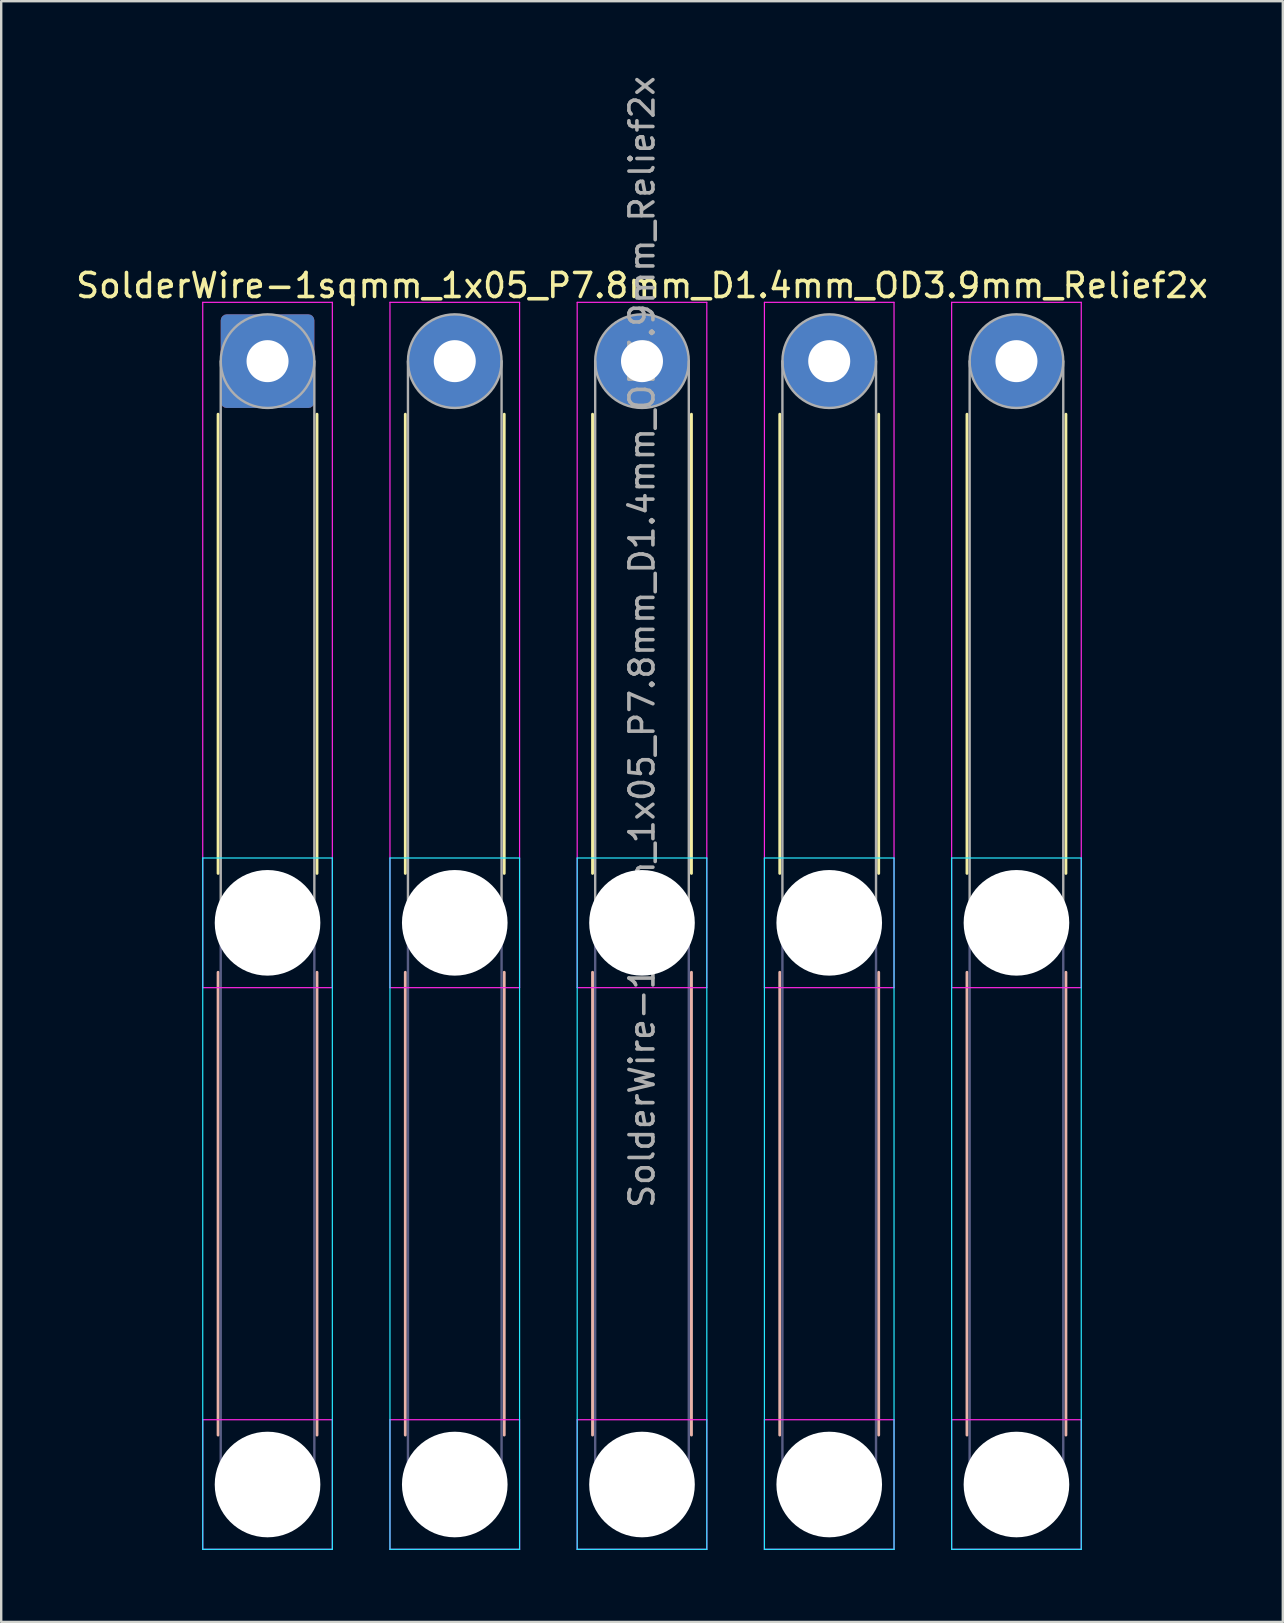
<source format=kicad_pcb>
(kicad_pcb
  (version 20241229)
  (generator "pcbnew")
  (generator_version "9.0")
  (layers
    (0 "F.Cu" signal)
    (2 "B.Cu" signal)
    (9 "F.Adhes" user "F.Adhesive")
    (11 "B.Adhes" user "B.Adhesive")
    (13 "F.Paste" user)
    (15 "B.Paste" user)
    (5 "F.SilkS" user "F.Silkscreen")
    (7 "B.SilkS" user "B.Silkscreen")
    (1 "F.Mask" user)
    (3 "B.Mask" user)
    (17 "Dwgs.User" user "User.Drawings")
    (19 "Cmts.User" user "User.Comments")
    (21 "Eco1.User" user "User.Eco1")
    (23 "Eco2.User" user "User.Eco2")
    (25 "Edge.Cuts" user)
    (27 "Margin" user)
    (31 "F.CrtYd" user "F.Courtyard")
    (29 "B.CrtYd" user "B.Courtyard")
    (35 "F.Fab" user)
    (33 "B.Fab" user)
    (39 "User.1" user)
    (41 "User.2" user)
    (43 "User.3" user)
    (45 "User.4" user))
  (footprint "SolderWire-1sqmm_1x05_P7.8mm_D1.4mm_OD3.9mm_Relief2x"
    (layer "F.Cu")
    (at 8.096 11.996)
    (property "Reference" "SolderWire-1sqmm_1x05_P7.8mm_D1.4mm_OD3.9mm_Relief2x" (at 15.6 -3.15 0) (layer "F.SilkS") (effects (font (size 1 1) (thickness 0.15))))
    (attr exclude_from_pos_files exclude_from_bom)
    (fp_line (start -2.06 2.21) (end -2.06 21.34) (stroke (width 0.12) (type solid)) (layer "F.SilkS"))
    (fp_line (start 2.06 2.21) (end 2.06 21.34) (stroke (width 0.12) (type solid)) (layer "F.SilkS"))
    (fp_line (start 5.74 2.21) (end 5.74 21.34) (stroke (width 0.12) (type solid)) (layer "F.SilkS"))
    (fp_line (start 9.86 2.21) (end 9.86 21.34) (stroke (width 0.12) (type solid)) (layer "F.SilkS"))
    (fp_line (start 13.54 2.21) (end 13.54 21.34) (stroke (width 0.12) (type solid)) (layer "F.SilkS"))
    (fp_line (start 17.66 2.21) (end 17.66 21.34) (stroke (width 0.12) (type solid)) (layer "F.SilkS"))
    (fp_line (start 21.34 2.21) (end 21.34 21.34) (stroke (width 0.12) (type solid)) (layer "F.SilkS"))
    (fp_line (start 25.46 2.21) (end 25.46 21.34) (stroke (width 0.12) (type solid)) (layer "F.SilkS"))
    (fp_line (start 29.14 2.21) (end 29.14 21.34) (stroke (width 0.12) (type solid)) (layer "F.SilkS"))
    (fp_line (start 33.26 2.21) (end 33.26 21.34) (stroke (width 0.12) (type solid)) (layer "F.SilkS"))
    (fp_line (start -2.06 25.46) (end -2.06 44.74) (stroke (width 0.12) (type solid)) (layer "B.SilkS"))
    (fp_line (start 2.06 25.46) (end 2.06 44.74) (stroke (width 0.12) (type solid)) (layer "B.SilkS"))
    (fp_line (start 5.74 25.46) (end 5.74 44.74) (stroke (width 0.12) (type solid)) (layer "B.SilkS"))
    (fp_line (start 9.86 25.46) (end 9.86 44.74) (stroke (width 0.12) (type solid)) (layer "B.SilkS"))
    (fp_line (start 13.54 25.46) (end 13.54 44.74) (stroke (width 0.12) (type solid)) (layer "B.SilkS"))
    (fp_line (start 17.66 25.46) (end 17.66 44.74) (stroke (width 0.12) (type solid)) (layer "B.SilkS"))
    (fp_line (start 21.34 25.46) (end 21.34 44.74) (stroke (width 0.12) (type solid)) (layer "B.SilkS"))
    (fp_line (start 25.46 25.46) (end 25.46 44.74) (stroke (width 0.12) (type solid)) (layer "B.SilkS"))
    (fp_line (start 29.14 25.46) (end 29.14 44.74) (stroke (width 0.12) (type solid)) (layer "B.SilkS"))
    (fp_line (start 33.26 25.46) (end 33.26 44.74) (stroke (width 0.12) (type solid)) (layer "B.SilkS"))
    (fp_line (start -2.7 20.7) (end -2.7 49.5) (stroke (width 0.05) (type solid)) (layer "B.CrtYd"))
    (fp_line (start -2.7 49.5) (end 2.7 49.5) (stroke (width 0.05) (type solid)) (layer "B.CrtYd"))
    (fp_line (start 2.7 20.7) (end -2.7 20.7) (stroke (width 0.05) (type solid)) (layer "B.CrtYd"))
    (fp_line (start 2.7 49.5) (end 2.7 20.7) (stroke (width 0.05) (type solid)) (layer "B.CrtYd"))
    (fp_line (start 5.1 20.7) (end 5.1 49.5) (stroke (width 0.05) (type solid)) (layer "B.CrtYd"))
    (fp_line (start 5.1 49.5) (end 10.5 49.5) (stroke (width 0.05) (type solid)) (layer "B.CrtYd"))
    (fp_line (start 10.5 20.7) (end 5.1 20.7) (stroke (width 0.05) (type solid)) (layer "B.CrtYd"))
    (fp_line (start 10.5 49.5) (end 10.5 20.7) (stroke (width 0.05) (type solid)) (layer "B.CrtYd"))
    (fp_line (start 12.9 20.7) (end 12.9 49.5) (stroke (width 0.05) (type solid)) (layer "B.CrtYd"))
    (fp_line (start 12.9 49.5) (end 18.3 49.5) (stroke (width 0.05) (type solid)) (layer "B.CrtYd"))
    (fp_line (start 18.3 20.7) (end 12.9 20.7) (stroke (width 0.05) (type solid)) (layer "B.CrtYd"))
    (fp_line (start 18.3 49.5) (end 18.3 20.7) (stroke (width 0.05) (type solid)) (layer "B.CrtYd"))
    (fp_line (start 20.7 20.7) (end 20.7 49.5) (stroke (width 0.05) (type solid)) (layer "B.CrtYd"))
    (fp_line (start 20.7 49.5) (end 26.1 49.5) (stroke (width 0.05) (type solid)) (layer "B.CrtYd"))
    (fp_line (start 26.1 20.7) (end 20.7 20.7) (stroke (width 0.05) (type solid)) (layer "B.CrtYd"))
    (fp_line (start 26.1 49.5) (end 26.1 20.7) (stroke (width 0.05) (type solid)) (layer "B.CrtYd"))
    (fp_line (start 28.5 20.7) (end 28.5 49.5) (stroke (width 0.05) (type solid)) (layer "B.CrtYd"))
    (fp_line (start 28.5 49.5) (end 33.9 49.5) (stroke (width 0.05) (type solid)) (layer "B.CrtYd"))
    (fp_line (start 33.9 20.7) (end 28.5 20.7) (stroke (width 0.05) (type solid)) (layer "B.CrtYd"))
    (fp_line (start 33.9 49.5) (end 33.9 20.7) (stroke (width 0.05) (type solid)) (layer "B.CrtYd"))
    (fp_line (start -2.7 -2.45) (end -2.7 26.1) (stroke (width 0.05) (type solid)) (layer "F.CrtYd"))
    (fp_line (start -2.7 26.1) (end 2.7 26.1) (stroke (width 0.05) (type solid)) (layer "F.CrtYd"))
    (fp_line (start -2.7 44.1) (end -2.7 49.5) (stroke (width 0.05) (type solid)) (layer "F.CrtYd"))
    (fp_line (start -2.7 49.5) (end 2.7 49.5) (stroke (width 0.05) (type solid)) (layer "F.CrtYd"))
    (fp_line (start 2.7 -2.45) (end -2.7 -2.45) (stroke (width 0.05) (type solid)) (layer "F.CrtYd"))
    (fp_line (start 2.7 26.1) (end 2.7 -2.45) (stroke (width 0.05) (type solid)) (layer "F.CrtYd"))
    (fp_line (start 2.7 44.1) (end -2.7 44.1) (stroke (width 0.05) (type solid)) (layer "F.CrtYd"))
    (fp_line (start 2.7 49.5) (end 2.7 44.1) (stroke (width 0.05) (type solid)) (layer "F.CrtYd"))
    (fp_line (start 5.1 -2.45) (end 5.1 26.1) (stroke (width 0.05) (type solid)) (layer "F.CrtYd"))
    (fp_line (start 5.1 26.1) (end 10.5 26.1) (stroke (width 0.05) (type solid)) (layer "F.CrtYd"))
    (fp_line (start 5.1 44.1) (end 5.1 49.5) (stroke (width 0.05) (type solid)) (layer "F.CrtYd"))
    (fp_line (start 5.1 49.5) (end 10.5 49.5) (stroke (width 0.05) (type solid)) (layer "F.CrtYd"))
    (fp_line (start 10.5 -2.45) (end 5.1 -2.45) (stroke (width 0.05) (type solid)) (layer "F.CrtYd"))
    (fp_line (start 10.5 26.1) (end 10.5 -2.45) (stroke (width 0.05) (type solid)) (layer "F.CrtYd"))
    (fp_line (start 10.5 44.1) (end 5.1 44.1) (stroke (width 0.05) (type solid)) (layer "F.CrtYd"))
    (fp_line (start 10.5 49.5) (end 10.5 44.1) (stroke (width 0.05) (type solid)) (layer "F.CrtYd"))
    (fp_line (start 12.9 -2.45) (end 12.9 26.1) (stroke (width 0.05) (type solid)) (layer "F.CrtYd"))
    (fp_line (start 12.9 26.1) (end 18.3 26.1) (stroke (width 0.05) (type solid)) (layer "F.CrtYd"))
    (fp_line (start 12.9 44.1) (end 12.9 49.5) (stroke (width 0.05) (type solid)) (layer "F.CrtYd"))
    (fp_line (start 12.9 49.5) (end 18.3 49.5) (stroke (width 0.05) (type solid)) (layer "F.CrtYd"))
    (fp_line (start 18.3 -2.45) (end 12.9 -2.45) (stroke (width 0.05) (type solid)) (layer "F.CrtYd"))
    (fp_line (start 18.3 26.1) (end 18.3 -2.45) (stroke (width 0.05) (type solid)) (layer "F.CrtYd"))
    (fp_line (start 18.3 44.1) (end 12.9 44.1) (stroke (width 0.05) (type solid)) (layer "F.CrtYd"))
    (fp_line (start 18.3 49.5) (end 18.3 44.1) (stroke (width 0.05) (type solid)) (layer "F.CrtYd"))
    (fp_line (start 20.7 -2.45) (end 20.7 26.1) (stroke (width 0.05) (type solid)) (layer "F.CrtYd"))
    (fp_line (start 20.7 26.1) (end 26.1 26.1) (stroke (width 0.05) (type solid)) (layer "F.CrtYd"))
    (fp_line (start 20.7 44.1) (end 20.7 49.5) (stroke (width 0.05) (type solid)) (layer "F.CrtYd"))
    (fp_line (start 20.7 49.5) (end 26.1 49.5) (stroke (width 0.05) (type solid)) (layer "F.CrtYd"))
    (fp_line (start 26.1 -2.45) (end 20.7 -2.45) (stroke (width 0.05) (type solid)) (layer "F.CrtYd"))
    (fp_line (start 26.1 26.1) (end 26.1 -2.45) (stroke (width 0.05) (type solid)) (layer "F.CrtYd"))
    (fp_line (start 26.1 44.1) (end 20.7 44.1) (stroke (width 0.05) (type solid)) (layer "F.CrtYd"))
    (fp_line (start 26.1 49.5) (end 26.1 44.1) (stroke (width 0.05) (type solid)) (layer "F.CrtYd"))
    (fp_line (start 28.5 -2.45) (end 28.5 26.1) (stroke (width 0.05) (type solid)) (layer "F.CrtYd"))
    (fp_line (start 28.5 26.1) (end 33.9 26.1) (stroke (width 0.05) (type solid)) (layer "F.CrtYd"))
    (fp_line (start 28.5 44.1) (end 28.5 49.5) (stroke (width 0.05) (type solid)) (layer "F.CrtYd"))
    (fp_line (start 28.5 49.5) (end 33.9 49.5) (stroke (width 0.05) (type solid)) (layer "F.CrtYd"))
    (fp_line (start 33.9 -2.45) (end 28.5 -2.45) (stroke (width 0.05) (type solid)) (layer "F.CrtYd"))
    (fp_line (start 33.9 26.1) (end 33.9 -2.45) (stroke (width 0.05) (type solid)) (layer "F.CrtYd"))
    (fp_line (start 33.9 44.1) (end 28.5 44.1) (stroke (width 0.05) (type solid)) (layer "F.CrtYd"))
    (fp_line (start 33.9 49.5) (end 33.9 44.1) (stroke (width 0.05) (type solid)) (layer "F.CrtYd"))
    (fp_line (start -1.95 23.4) (end -1.95 46.8) (stroke (width 0.1) (type solid)) (layer "B.Fab"))
    (fp_line (start 1.95 23.4) (end 1.95 46.8) (stroke (width 0.1) (type solid)) (layer "B.Fab"))
    (fp_line (start 5.85 23.4) (end 5.85 46.8) (stroke (width 0.1) (type solid)) (layer "B.Fab"))
    (fp_line (start 9.75 23.4) (end 9.75 46.8) (stroke (width 0.1) (type solid)) (layer "B.Fab"))
    (fp_line (start 13.65 23.4) (end 13.65 46.8) (stroke (width 0.1) (type solid)) (layer "B.Fab"))
    (fp_line (start 17.55 23.4) (end 17.55 46.8) (stroke (width 0.1) (type solid)) (layer "B.Fab"))
    (fp_line (start 21.45 23.4) (end 21.45 46.8) (stroke (width 0.1) (type solid)) (layer "B.Fab"))
    (fp_line (start 25.35 23.4) (end 25.35 46.8) (stroke (width 0.1) (type solid)) (layer "B.Fab"))
    (fp_line (start 29.25 23.4) (end 29.25 46.8) (stroke (width 0.1) (type solid)) (layer "B.Fab"))
    (fp_line (start 33.15 23.4) (end 33.15 46.8) (stroke (width 0.1) (type solid)) (layer "B.Fab"))
    (fp_circle (center 0 23.4) (end 1.95 23.4) (stroke (width 0.1) (type solid)) (fill no) (layer "B.Fab"))
    (fp_circle (center 0 46.8) (end 1.95 46.8) (stroke (width 0.1) (type solid)) (fill no) (layer "B.Fab"))
    (fp_circle (center 7.8 23.4) (end 9.75 23.4) (stroke (width 0.1) (type solid)) (fill no) (layer "B.Fab"))
    (fp_circle (center 7.8 46.8) (end 9.75 46.8) (stroke (width 0.1) (type solid)) (fill no) (layer "B.Fab"))
    (fp_circle (center 15.6 23.4) (end 17.55 23.4) (stroke (width 0.1) (type solid)) (fill no) (layer "B.Fab"))
    (fp_circle (center 15.6 46.8) (end 17.55 46.8) (stroke (width 0.1) (type solid)) (fill no) (layer "B.Fab"))
    (fp_circle (center 23.4 23.4) (end 25.35 23.4) (stroke (width 0.1) (type solid)) (fill no) (layer "B.Fab"))
    (fp_circle (center 23.4 46.8) (end 25.35 46.8) (stroke (width 0.1) (type solid)) (fill no) (layer "B.Fab"))
    (fp_circle (center 31.2 23.4) (end 33.15 23.4) (stroke (width 0.1) (type solid)) (fill no) (layer "B.Fab"))
    (fp_circle (center 31.2 46.8) (end 33.15 46.8) (stroke (width 0.1) (type solid)) (fill no) (layer "B.Fab"))
    (fp_line (start -1.95 0) (end -1.95 23.4) (stroke (width 0.1) (type solid)) (layer "F.Fab"))
    (fp_line (start 1.95 0) (end 1.95 23.4) (stroke (width 0.1) (type solid)) (layer "F.Fab"))
    (fp_line (start 5.85 0) (end 5.85 23.4) (stroke (width 0.1) (type solid)) (layer "F.Fab"))
    (fp_line (start 9.75 0) (end 9.75 23.4) (stroke (width 0.1) (type solid)) (layer "F.Fab"))
    (fp_line (start 13.65 0) (end 13.65 23.4) (stroke (width 0.1) (type solid)) (layer "F.Fab"))
    (fp_line (start 17.55 0) (end 17.55 23.4) (stroke (width 0.1) (type solid)) (layer "F.Fab"))
    (fp_line (start 21.45 0) (end 21.45 23.4) (stroke (width 0.1) (type solid)) (layer "F.Fab"))
    (fp_line (start 25.35 0) (end 25.35 23.4) (stroke (width 0.1) (type solid)) (layer "F.Fab"))
    (fp_line (start 29.25 0) (end 29.25 23.4) (stroke (width 0.1) (type solid)) (layer "F.Fab"))
    (fp_line (start 33.15 0) (end 33.15 23.4) (stroke (width 0.1) (type solid)) (layer "F.Fab"))
    (fp_circle (center 0 0) (end 1.95 0) (stroke (width 0.1) (type solid)) (fill no) (layer "F.Fab"))
    (fp_circle (center 0 23.4) (end 1.95 23.4) (stroke (width 0.1) (type solid)) (fill no) (layer "F.Fab"))
    (fp_circle (center 0 46.8) (end 1.95 46.8) (stroke (width 0.1) (type solid)) (fill no) (layer "F.Fab"))
    (fp_circle (center 7.8 0) (end 9.75 0) (stroke (width 0.1) (type solid)) (fill no) (layer "F.Fab"))
    (fp_circle (center 7.8 23.4) (end 9.75 23.4) (stroke (width 0.1) (type solid)) (fill no) (layer "F.Fab"))
    (fp_circle (center 7.8 46.8) (end 9.75 46.8) (stroke (width 0.1) (type solid)) (fill no) (layer "F.Fab"))
    (fp_circle (center 15.6 0) (end 17.55 0) (stroke (width 0.1) (type solid)) (fill no) (layer "F.Fab"))
    (fp_circle (center 15.6 23.4) (end 17.55 23.4) (stroke (width 0.1) (type solid)) (fill no) (layer "F.Fab"))
    (fp_circle (center 15.6 46.8) (end 17.55 46.8) (stroke (width 0.1) (type solid)) (fill no) (layer "F.Fab"))
    (fp_circle (center 23.4 0) (end 25.35 0) (stroke (width 0.1) (type solid)) (fill no) (layer "F.Fab"))
    (fp_circle (center 23.4 23.4) (end 25.35 23.4) (stroke (width 0.1) (type solid)) (fill no) (layer "F.Fab"))
    (fp_circle (center 23.4 46.8) (end 25.35 46.8) (stroke (width 0.1) (type solid)) (fill no) (layer "F.Fab"))
    (fp_circle (center 31.2 0) (end 33.15 0) (stroke (width 0.1) (type solid)) (fill no) (layer "F.Fab"))
    (fp_circle (center 31.2 23.4) (end 33.15 23.4) (stroke (width 0.1) (type solid)) (fill no) (layer "F.Fab"))
    (fp_circle (center 31.2 46.8) (end 33.15 46.8) (stroke (width 0.1) (type solid)) (fill no) (layer "F.Fab"))
    (fp_text user "${REFERENCE}" (at 15.6 11.7 90) (layer "F.Fab") (effects (font (size 1 1) (thickness 0.15))))
    (pad "" np_thru_hole circle (at 0 23.4) (size 4.4 4.4) (drill 4.4) (layers "*.Cu" "*.Mask"))
    (pad "" np_thru_hole circle (at 0 46.8) (size 4.4 4.4) (drill 4.4) (layers "*.Cu" "*.Mask"))
    (pad "" np_thru_hole circle (at 7.8 23.4) (size 4.4 4.4) (drill 4.4) (layers "*.Cu" "*.Mask"))
    (pad "" np_thru_hole circle (at 7.8 46.8) (size 4.4 4.4) (drill 4.4) (layers "*.Cu" "*.Mask"))
    (pad "" np_thru_hole circle (at 15.6 23.4) (size 4.4 4.4) (drill 4.4) (layers "*.Cu" "*.Mask"))
    (pad "" np_thru_hole circle (at 15.6 46.8) (size 4.4 4.4) (drill 4.4) (layers "*.Cu" "*.Mask"))
    (pad "" np_thru_hole circle (at 23.4 23.4) (size 4.4 4.4) (drill 4.4) (layers "*.Cu" "*.Mask"))
    (pad "" np_thru_hole circle (at 23.4 46.8) (size 4.4 4.4) (drill 4.4) (layers "*.Cu" "*.Mask"))
    (pad "" np_thru_hole circle (at 31.2 23.4) (size 4.4 4.4) (drill 4.4) (layers "*.Cu" "*.Mask"))
    (pad "" np_thru_hole circle (at 31.2 46.8) (size 4.4 4.4) (drill 4.4) (layers "*.Cu" "*.Mask"))
    (pad "1" thru_hole roundrect (at 0 0) (size 3.9 3.9) (drill 1.75) (layers "*.Cu" "*.Mask") (roundrect_rratio 0.064))
    (pad "2" thru_hole circle (at 7.8 0) (size 3.9 3.9) (drill 1.75) (layers "*.Cu" "*.Mask"))
    (pad "3" thru_hole circle (at 15.6 0) (size 3.9 3.9) (drill 1.75) (layers "*.Cu" "*.Mask"))
    (pad "4" thru_hole circle (at 23.4 0) (size 3.9 3.9) (drill 1.75) (layers "*.Cu" "*.Mask"))
    (pad "5" thru_hole circle (at 31.2 0) (size 3.9 3.9) (drill 1.75) (layers "*.Cu" "*.Mask")))
  (gr_rect
    (start -3 -3)
    (end 50.393 64.521)
    (stroke (width 0.1) (type default))
    (fill no)
    (layer "Edge.Cuts")))
</source>
